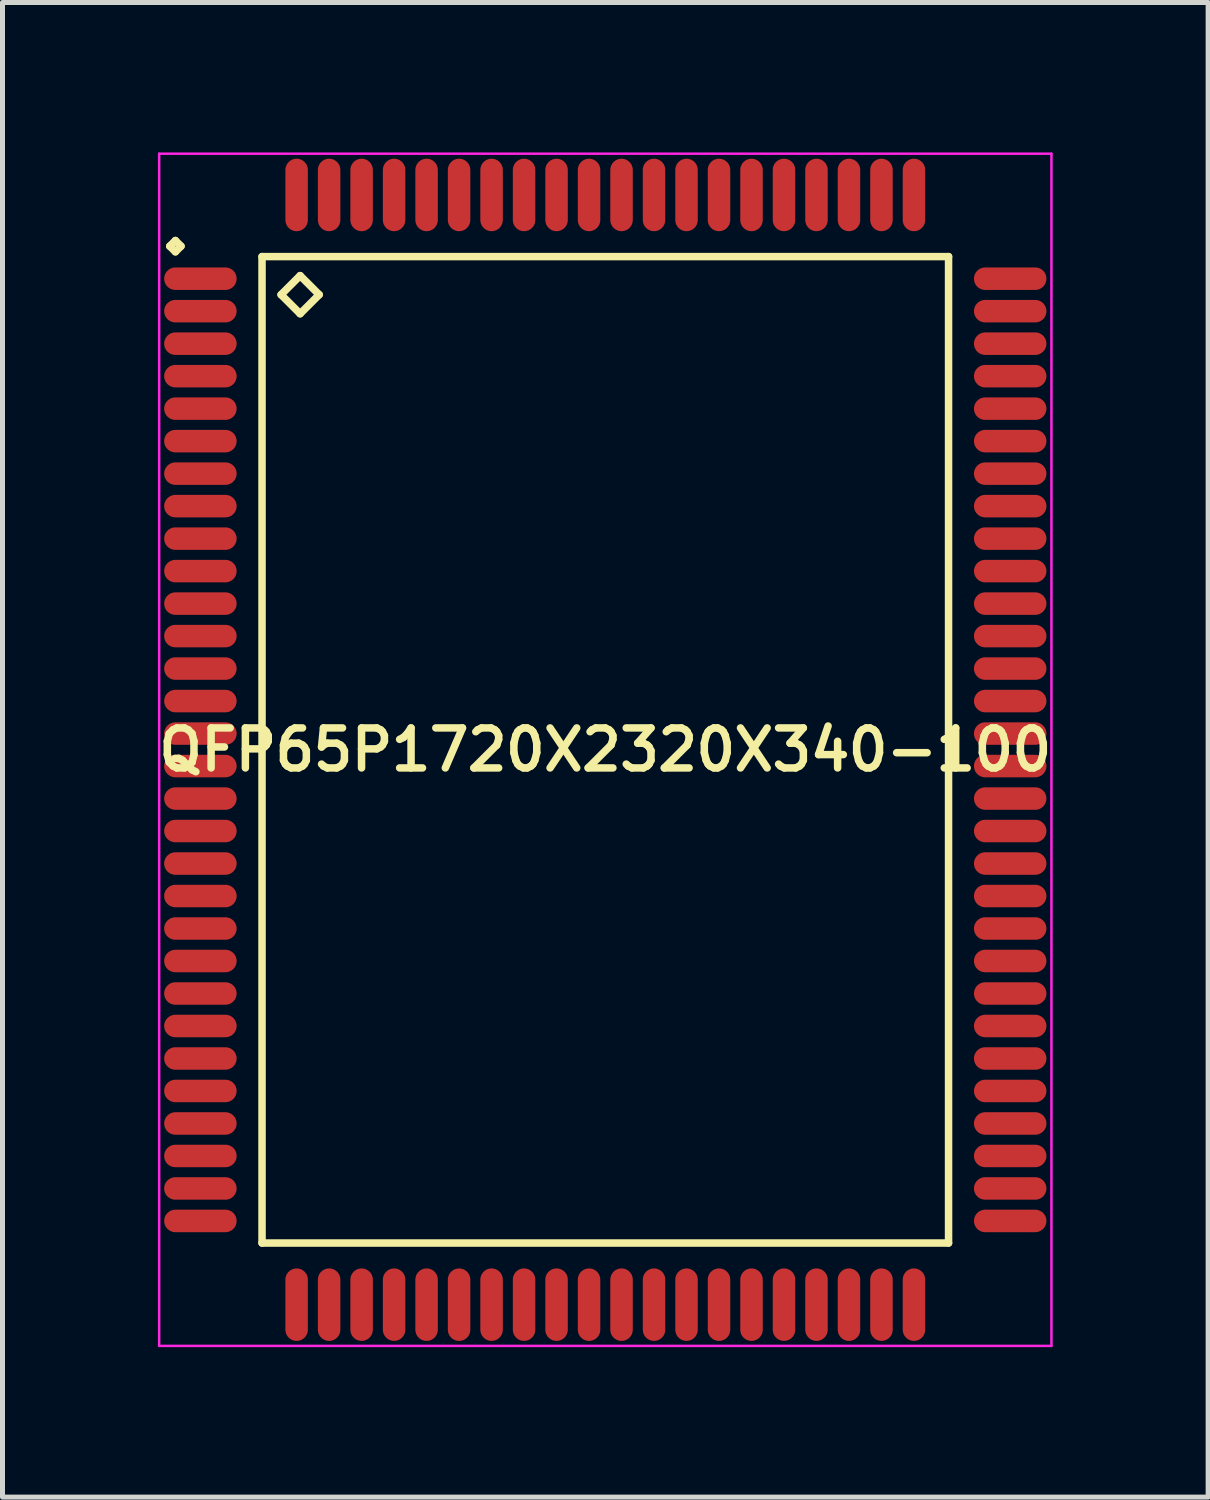
<source format=kicad_pcb>
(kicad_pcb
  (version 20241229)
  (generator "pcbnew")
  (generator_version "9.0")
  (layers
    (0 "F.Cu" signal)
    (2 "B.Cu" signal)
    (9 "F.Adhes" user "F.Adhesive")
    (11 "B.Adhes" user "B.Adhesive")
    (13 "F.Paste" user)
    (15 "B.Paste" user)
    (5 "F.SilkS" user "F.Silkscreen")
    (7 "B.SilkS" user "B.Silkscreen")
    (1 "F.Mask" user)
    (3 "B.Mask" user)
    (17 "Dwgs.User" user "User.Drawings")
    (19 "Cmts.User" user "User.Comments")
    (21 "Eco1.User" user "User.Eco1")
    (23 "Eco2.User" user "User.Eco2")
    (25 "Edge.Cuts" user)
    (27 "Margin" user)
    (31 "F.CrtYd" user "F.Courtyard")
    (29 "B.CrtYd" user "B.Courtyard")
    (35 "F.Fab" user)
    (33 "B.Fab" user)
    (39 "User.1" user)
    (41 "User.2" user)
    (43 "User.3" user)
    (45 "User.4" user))
  (footprint "QFP65P1720X2320X340-100"
    (layer "F.Cu")
    (at 9.059 11.95)
    (property "Reference" "QFP65P1720X2320X340-100" (at 0 0 0) (layer "F.SilkS") (effects (font (size 0.8 0.8) (thickness 0.15))))
    (attr smd)
    (fp_line (start -8.713 -10.075) (end -8.6 -10.188) (stroke (width 0.15) (type solid)) (layer "F.SilkS"))
    (fp_line (start -8.6 -10.188) (end -8.488 -10.075) (stroke (width 0.15) (type solid)) (layer "F.SilkS"))
    (fp_line (start -8.6 -9.963) (end -8.713 -10.075) (stroke (width 0.15) (type solid)) (layer "F.SilkS"))
    (fp_line (start -8.488 -10.075) (end -8.6 -9.963) (stroke (width 0.15) (type solid)) (layer "F.SilkS"))
    (fp_line (start -6.867 -9.867) (end -6.867 9.867) (stroke (width 0.15) (type solid)) (layer "F.SilkS"))
    (fp_line (start -6.867 9.867) (end 6.867 9.867) (stroke (width 0.15) (type solid)) (layer "F.SilkS"))
    (fp_line (start -6.486 -9.105) (end -6.105 -9.486) (stroke (width 0.15) (type solid)) (layer "F.SilkS"))
    (fp_line (start -6.105 -9.486) (end -5.724 -9.105) (stroke (width 0.15) (type solid)) (layer "F.SilkS"))
    (fp_line (start -6.105 -8.724) (end -6.486 -9.105) (stroke (width 0.15) (type solid)) (layer "F.SilkS"))
    (fp_line (start -5.724 -9.105) (end -6.105 -8.724) (stroke (width 0.15) (type solid)) (layer "F.SilkS"))
    (fp_line (start 6.867 -9.867) (end -6.867 -9.867) (stroke (width 0.15) (type solid)) (layer "F.SilkS"))
    (fp_line (start 6.867 9.867) (end 6.867 -9.867) (stroke (width 0.15) (type solid)) (layer "F.SilkS"))
    (fp_line (start -8.925 -11.925) (end 8.925 -11.925) (stroke (width 0.05) (type solid)) (layer "F.CrtYd"))
    (fp_line (start -8.925 11.925) (end -8.925 -11.925) (stroke (width 0.05) (type solid)) (layer "F.CrtYd"))
    (fp_line (start 8.925 -11.925) (end 8.925 11.925) (stroke (width 0.05) (type solid)) (layer "F.CrtYd"))
    (fp_line (start 8.925 11.925) (end -8.925 11.925) (stroke (width 0.05) (type solid)) (layer "F.CrtYd"))
    (pad "1" smd oval (at -8.1 -9.425) (size 1.45 0.45) (layers "F.Cu" "F.Mask" "F.Paste"))
    (pad "2" smd oval (at -8.1 -8.775) (size 1.45 0.45) (layers "F.Cu" "F.Mask" "F.Paste"))
    (pad "3" smd oval (at -8.1 -8.125) (size 1.45 0.45) (layers "F.Cu" "F.Mask" "F.Paste"))
    (pad "4" smd oval (at -8.1 -7.475) (size 1.45 0.45) (layers "F.Cu" "F.Mask" "F.Paste"))
    (pad "5" smd oval (at -8.1 -6.825) (size 1.45 0.45) (layers "F.Cu" "F.Mask" "F.Paste"))
    (pad "6" smd oval (at -8.1 -6.175) (size 1.45 0.45) (layers "F.Cu" "F.Mask" "F.Paste"))
    (pad "7" smd oval (at -8.1 -5.525) (size 1.45 0.45) (layers "F.Cu" "F.Mask" "F.Paste"))
    (pad "8" smd oval (at -8.1 -4.875) (size 1.45 0.45) (layers "F.Cu" "F.Mask" "F.Paste"))
    (pad "9" smd oval (at -8.1 -4.225) (size 1.45 0.45) (layers "F.Cu" "F.Mask" "F.Paste"))
    (pad "10" smd oval (at -8.1 -3.575) (size 1.45 0.45) (layers "F.Cu" "F.Mask" "F.Paste"))
    (pad "11" smd oval (at -8.1 -2.925) (size 1.45 0.45) (layers "F.Cu" "F.Mask" "F.Paste"))
    (pad "12" smd oval (at -8.1 -2.275) (size 1.45 0.45) (layers "F.Cu" "F.Mask" "F.Paste"))
    (pad "13" smd oval (at -8.1 -1.625) (size 1.45 0.45) (layers "F.Cu" "F.Mask" "F.Paste"))
    (pad "14" smd oval (at -8.1 -0.975) (size 1.45 0.45) (layers "F.Cu" "F.Mask" "F.Paste"))
    (pad "15" smd oval (at -8.1 -0.325) (size 1.45 0.45) (layers "F.Cu" "F.Mask" "F.Paste"))
    (pad "16" smd oval (at -8.1 0.325) (size 1.45 0.45) (layers "F.Cu" "F.Mask" "F.Paste"))
    (pad "17" smd oval (at -8.1 0.975) (size 1.45 0.45) (layers "F.Cu" "F.Mask" "F.Paste"))
    (pad "18" smd oval (at -8.1 1.625) (size 1.45 0.45) (layers "F.Cu" "F.Mask" "F.Paste"))
    (pad "19" smd oval (at -8.1 2.275) (size 1.45 0.45) (layers "F.Cu" "F.Mask" "F.Paste"))
    (pad "20" smd oval (at -8.1 2.925) (size 1.45 0.45) (layers "F.Cu" "F.Mask" "F.Paste"))
    (pad "21" smd oval (at -8.1 3.575) (size 1.45 0.45) (layers "F.Cu" "F.Mask" "F.Paste"))
    (pad "22" smd oval (at -8.1 4.225) (size 1.45 0.45) (layers "F.Cu" "F.Mask" "F.Paste"))
    (pad "23" smd oval (at -8.1 4.875) (size 1.45 0.45) (layers "F.Cu" "F.Mask" "F.Paste"))
    (pad "24" smd oval (at -8.1 5.525) (size 1.45 0.45) (layers "F.Cu" "F.Mask" "F.Paste"))
    (pad "25" smd oval (at -8.1 6.175) (size 1.45 0.45) (layers "F.Cu" "F.Mask" "F.Paste"))
    (pad "26" smd oval (at -8.1 6.825) (size 1.45 0.45) (layers "F.Cu" "F.Mask" "F.Paste"))
    (pad "27" smd oval (at -8.1 7.475) (size 1.45 0.45) (layers "F.Cu" "F.Mask" "F.Paste"))
    (pad "28" smd oval (at -8.1 8.125) (size 1.45 0.45) (layers "F.Cu" "F.Mask" "F.Paste"))
    (pad "29" smd oval (at -8.1 8.775) (size 1.45 0.45) (layers "F.Cu" "F.Mask" "F.Paste"))
    (pad "30" smd oval (at -8.1 9.425) (size 1.45 0.45) (layers "F.Cu" "F.Mask" "F.Paste"))
    (pad "31" smd oval (at -6.175 11.1) (size 0.45 1.45) (layers "F.Cu" "F.Mask" "F.Paste"))
    (pad "32" smd oval (at -5.525 11.1) (size 0.45 1.45) (layers "F.Cu" "F.Mask" "F.Paste"))
    (pad "33" smd oval (at -4.875 11.1) (size 0.45 1.45) (layers "F.Cu" "F.Mask" "F.Paste"))
    (pad "34" smd oval (at -4.225 11.1) (size 0.45 1.45) (layers "F.Cu" "F.Mask" "F.Paste"))
    (pad "35" smd oval (at -3.575 11.1) (size 0.45 1.45) (layers "F.Cu" "F.Mask" "F.Paste"))
    (pad "36" smd oval (at -2.925 11.1) (size 0.45 1.45) (layers "F.Cu" "F.Mask" "F.Paste"))
    (pad "37" smd oval (at -2.275 11.1) (size 0.45 1.45) (layers "F.Cu" "F.Mask" "F.Paste"))
    (pad "38" smd oval (at -1.625 11.1) (size 0.45 1.45) (layers "F.Cu" "F.Mask" "F.Paste"))
    (pad "39" smd oval (at -0.975 11.1) (size 0.45 1.45) (layers "F.Cu" "F.Mask" "F.Paste"))
    (pad "40" smd oval (at -0.325 11.1) (size 0.45 1.45) (layers "F.Cu" "F.Mask" "F.Paste"))
    (pad "41" smd oval (at 0.325 11.1) (size 0.45 1.45) (layers "F.Cu" "F.Mask" "F.Paste"))
    (pad "42" smd oval (at 0.975 11.1) (size 0.45 1.45) (layers "F.Cu" "F.Mask" "F.Paste"))
    (pad "43" smd oval (at 1.625 11.1) (size 0.45 1.45) (layers "F.Cu" "F.Mask" "F.Paste"))
    (pad "44" smd oval (at 2.275 11.1) (size 0.45 1.45) (layers "F.Cu" "F.Mask" "F.Paste"))
    (pad "45" smd oval (at 2.925 11.1) (size 0.45 1.45) (layers "F.Cu" "F.Mask" "F.Paste"))
    (pad "46" smd oval (at 3.575 11.1) (size 0.45 1.45) (layers "F.Cu" "F.Mask" "F.Paste"))
    (pad "47" smd oval (at 4.225 11.1) (size 0.45 1.45) (layers "F.Cu" "F.Mask" "F.Paste"))
    (pad "48" smd oval (at 4.875 11.1) (size 0.45 1.45) (layers "F.Cu" "F.Mask" "F.Paste"))
    (pad "49" smd oval (at 5.525 11.1) (size 0.45 1.45) (layers "F.Cu" "F.Mask" "F.Paste"))
    (pad "50" smd oval (at 6.175 11.1) (size 0.45 1.45) (layers "F.Cu" "F.Mask" "F.Paste"))
    (pad "51" smd oval (at 8.1 9.425) (size 1.45 0.45) (layers "F.Cu" "F.Mask" "F.Paste"))
    (pad "52" smd oval (at 8.1 8.775) (size 1.45 0.45) (layers "F.Cu" "F.Mask" "F.Paste"))
    (pad "53" smd oval (at 8.1 8.125) (size 1.45 0.45) (layers "F.Cu" "F.Mask" "F.Paste"))
    (pad "54" smd oval (at 8.1 7.475) (size 1.45 0.45) (layers "F.Cu" "F.Mask" "F.Paste"))
    (pad "55" smd oval (at 8.1 6.825) (size 1.45 0.45) (layers "F.Cu" "F.Mask" "F.Paste"))
    (pad "56" smd oval (at 8.1 6.175) (size 1.45 0.45) (layers "F.Cu" "F.Mask" "F.Paste"))
    (pad "57" smd oval (at 8.1 5.525) (size 1.45 0.45) (layers "F.Cu" "F.Mask" "F.Paste"))
    (pad "58" smd oval (at 8.1 4.875) (size 1.45 0.45) (layers "F.Cu" "F.Mask" "F.Paste"))
    (pad "59" smd oval (at 8.1 4.225) (size 1.45 0.45) (layers "F.Cu" "F.Mask" "F.Paste"))
    (pad "60" smd oval (at 8.1 3.575) (size 1.45 0.45) (layers "F.Cu" "F.Mask" "F.Paste"))
    (pad "61" smd oval (at 8.1 2.925) (size 1.45 0.45) (layers "F.Cu" "F.Mask" "F.Paste"))
    (pad "62" smd oval (at 8.1 2.275) (size 1.45 0.45) (layers "F.Cu" "F.Mask" "F.Paste"))
    (pad "63" smd oval (at 8.1 1.625) (size 1.45 0.45) (layers "F.Cu" "F.Mask" "F.Paste"))
    (pad "64" smd oval (at 8.1 0.975) (size 1.45 0.45) (layers "F.Cu" "F.Mask" "F.Paste"))
    (pad "65" smd oval (at 8.1 0.325) (size 1.45 0.45) (layers "F.Cu" "F.Mask" "F.Paste"))
    (pad "66" smd oval (at 8.1 -0.325) (size 1.45 0.45) (layers "F.Cu" "F.Mask" "F.Paste"))
    (pad "67" smd oval (at 8.1 -0.975) (size 1.45 0.45) (layers "F.Cu" "F.Mask" "F.Paste"))
    (pad "68" smd oval (at 8.1 -1.625) (size 1.45 0.45) (layers "F.Cu" "F.Mask" "F.Paste"))
    (pad "69" smd oval (at 8.1 -2.275) (size 1.45 0.45) (layers "F.Cu" "F.Mask" "F.Paste"))
    (pad "70" smd oval (at 8.1 -2.925) (size 1.45 0.45) (layers "F.Cu" "F.Mask" "F.Paste"))
    (pad "71" smd oval (at 8.1 -3.575) (size 1.45 0.45) (layers "F.Cu" "F.Mask" "F.Paste"))
    (pad "72" smd oval (at 8.1 -4.225) (size 1.45 0.45) (layers "F.Cu" "F.Mask" "F.Paste"))
    (pad "73" smd oval (at 8.1 -4.875) (size 1.45 0.45) (layers "F.Cu" "F.Mask" "F.Paste"))
    (pad "74" smd oval (at 8.1 -5.525) (size 1.45 0.45) (layers "F.Cu" "F.Mask" "F.Paste"))
    (pad "75" smd oval (at 8.1 -6.175) (size 1.45 0.45) (layers "F.Cu" "F.Mask" "F.Paste"))
    (pad "76" smd oval (at 8.1 -6.825) (size 1.45 0.45) (layers "F.Cu" "F.Mask" "F.Paste"))
    (pad "77" smd oval (at 8.1 -7.475) (size 1.45 0.45) (layers "F.Cu" "F.Mask" "F.Paste"))
    (pad "78" smd oval (at 8.1 -8.125) (size 1.45 0.45) (layers "F.Cu" "F.Mask" "F.Paste"))
    (pad "79" smd oval (at 8.1 -8.775) (size 1.45 0.45) (layers "F.Cu" "F.Mask" "F.Paste"))
    (pad "80" smd oval (at 8.1 -9.425) (size 1.45 0.45) (layers "F.Cu" "F.Mask" "F.Paste"))
    (pad "81" smd oval (at 6.175 -11.1) (size 0.45 1.45) (layers "F.Cu" "F.Mask" "F.Paste"))
    (pad "82" smd oval (at 5.525 -11.1) (size 0.45 1.45) (layers "F.Cu" "F.Mask" "F.Paste"))
    (pad "83" smd oval (at 4.875 -11.1) (size 0.45 1.45) (layers "F.Cu" "F.Mask" "F.Paste"))
    (pad "84" smd oval (at 4.225 -11.1) (size 0.45 1.45) (layers "F.Cu" "F.Mask" "F.Paste"))
    (pad "85" smd oval (at 3.575 -11.1) (size 0.45 1.45) (layers "F.Cu" "F.Mask" "F.Paste"))
    (pad "86" smd oval (at 2.925 -11.1) (size 0.45 1.45) (layers "F.Cu" "F.Mask" "F.Paste"))
    (pad "87" smd oval (at 2.275 -11.1) (size 0.45 1.45) (layers "F.Cu" "F.Mask" "F.Paste"))
    (pad "88" smd oval (at 1.625 -11.1) (size 0.45 1.45) (layers "F.Cu" "F.Mask" "F.Paste"))
    (pad "89" smd oval (at 0.975 -11.1) (size 0.45 1.45) (layers "F.Cu" "F.Mask" "F.Paste"))
    (pad "90" smd oval (at 0.325 -11.1) (size 0.45 1.45) (layers "F.Cu" "F.Mask" "F.Paste"))
    (pad "91" smd oval (at -0.325 -11.1) (size 0.45 1.45) (layers "F.Cu" "F.Mask" "F.Paste"))
    (pad "92" smd oval (at -0.975 -11.1) (size 0.45 1.45) (layers "F.Cu" "F.Mask" "F.Paste"))
    (pad "93" smd oval (at -1.625 -11.1) (size 0.45 1.45) (layers "F.Cu" "F.Mask" "F.Paste"))
    (pad "94" smd oval (at -2.275 -11.1) (size 0.45 1.45) (layers "F.Cu" "F.Mask" "F.Paste"))
    (pad "95" smd oval (at -2.925 -11.1) (size 0.45 1.45) (layers "F.Cu" "F.Mask" "F.Paste"))
    (pad "96" smd oval (at -3.575 -11.1) (size 0.45 1.45) (layers "F.Cu" "F.Mask" "F.Paste"))
    (pad "97" smd oval (at -4.225 -11.1) (size 0.45 1.45) (layers "F.Cu" "F.Mask" "F.Paste"))
    (pad "98" smd oval (at -4.875 -11.1) (size 0.45 1.45) (layers "F.Cu" "F.Mask" "F.Paste"))
    (pad "99" smd oval (at -5.525 -11.1) (size 0.45 1.45) (layers "F.Cu" "F.Mask" "F.Paste"))
    (pad "100" smd oval (at -6.175 -11.1) (size 0.45 1.45) (layers "F.Cu" "F.Mask" "F.Paste")))
  (gr_rect
    (start -3 -3)
    (end 21.119 26.9)
    (stroke (width 0.1) (type default))
    (fill no)
    (layer "Edge.Cuts")))
</source>
